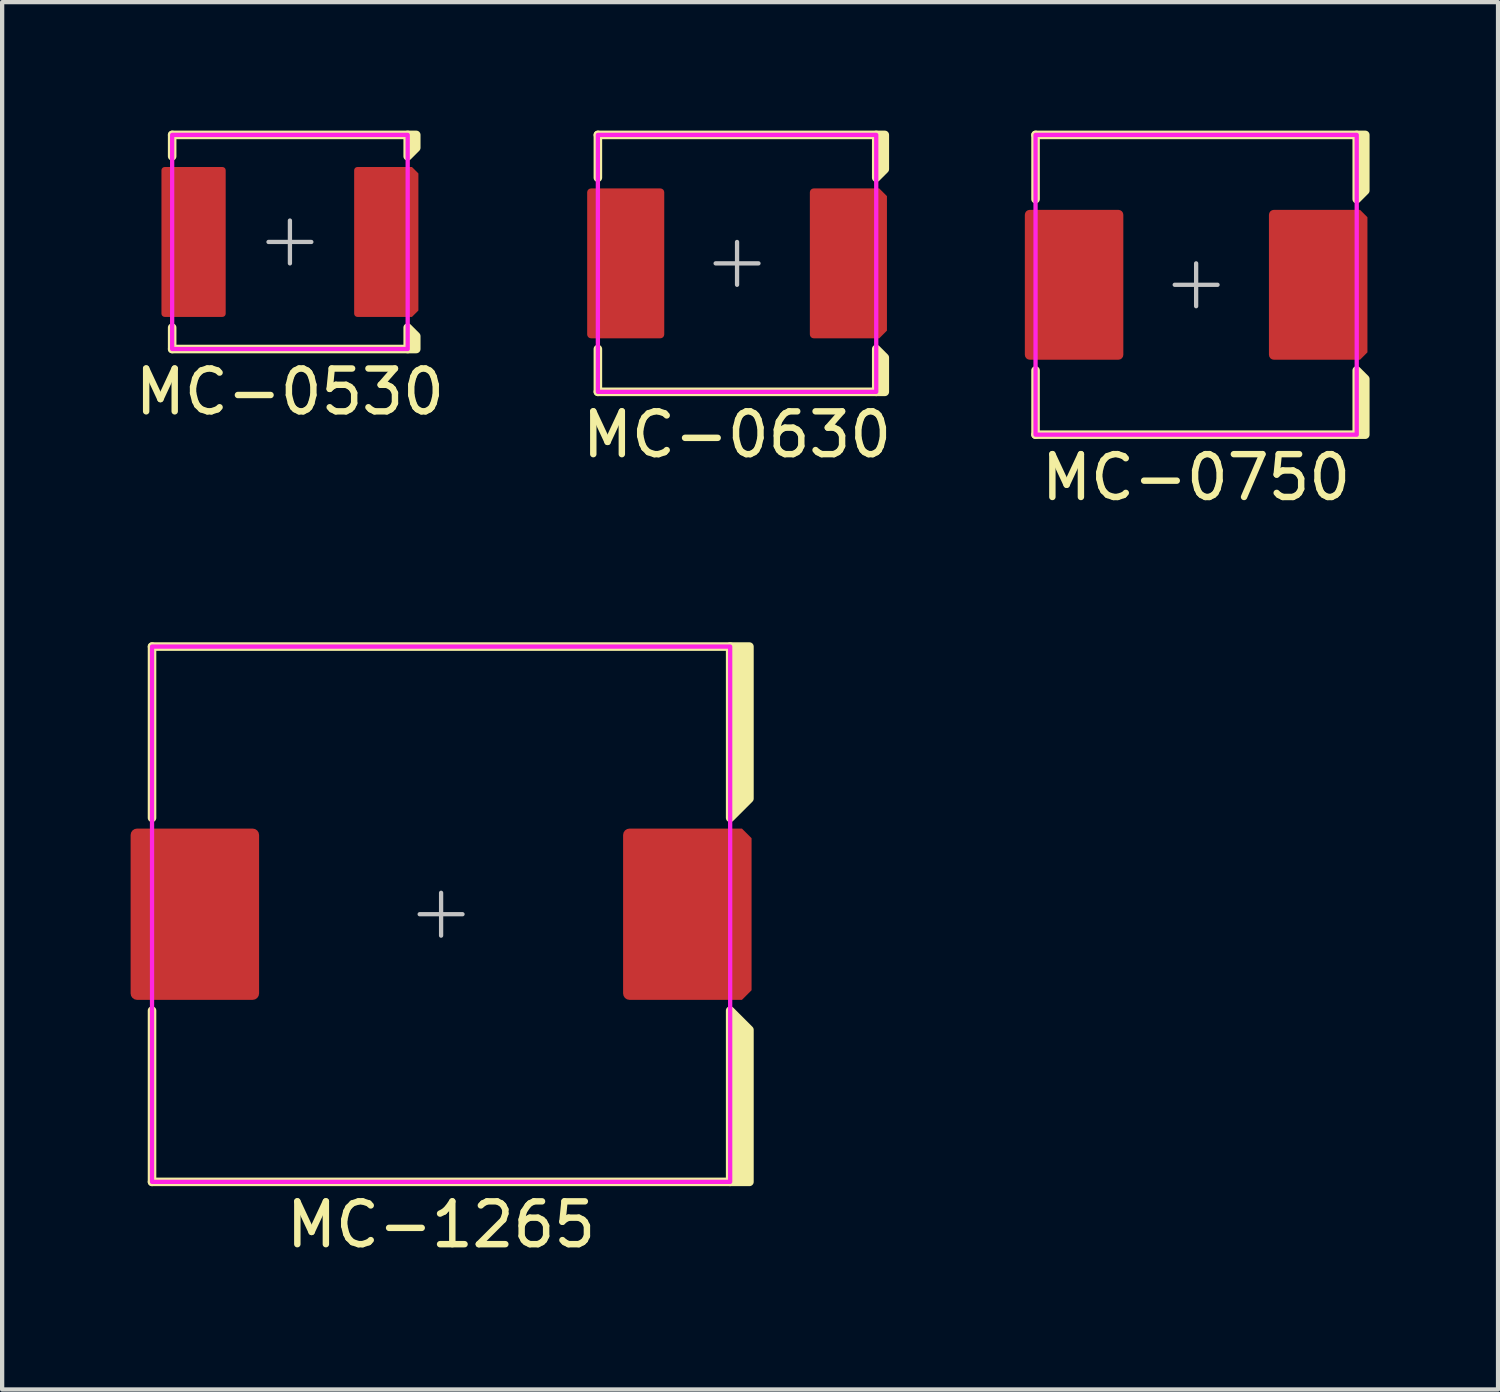
<source format=kicad_pcb>
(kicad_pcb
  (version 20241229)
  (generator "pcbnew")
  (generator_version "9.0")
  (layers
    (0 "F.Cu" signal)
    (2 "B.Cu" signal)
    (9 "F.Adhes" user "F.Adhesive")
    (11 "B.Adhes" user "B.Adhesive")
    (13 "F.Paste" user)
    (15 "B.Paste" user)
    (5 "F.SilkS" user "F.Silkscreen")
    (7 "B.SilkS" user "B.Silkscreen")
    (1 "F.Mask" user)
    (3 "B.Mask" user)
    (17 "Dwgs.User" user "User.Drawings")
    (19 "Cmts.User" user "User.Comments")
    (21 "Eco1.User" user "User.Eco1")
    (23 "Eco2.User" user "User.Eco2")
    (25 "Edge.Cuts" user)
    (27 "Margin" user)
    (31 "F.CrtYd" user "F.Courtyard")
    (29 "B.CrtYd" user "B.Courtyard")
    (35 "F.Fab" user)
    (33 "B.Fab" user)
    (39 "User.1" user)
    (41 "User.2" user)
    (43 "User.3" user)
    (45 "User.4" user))
  (footprint "MC-0750"
    (layer "F.Cu")
    (at 24.881 3.6)
    (property "Reference" "MC-0750" (at 0 4.5 0) (unlocked yes) (layer "F.SilkS") (effects (font (size 1 1) (thickness 0.15))))
    (attr smd)
    (fp_line (start -3.75 -3.5) (end 3.75 -3.5) (stroke (width 0.2) (type solid)) (layer "F.SilkS"))
    (fp_line (start -3.75 -2) (end -3.75 -3.5) (stroke (width 0.2) (type solid)) (layer "F.SilkS"))
    (fp_line (start -3.75 3.5) (end -3.75 2) (stroke (width 0.2) (type solid)) (layer "F.SilkS"))
    (fp_line (start 3.75 3.5) (end -3.75 3.5) (stroke (width 0.2) (type solid)) (layer "F.SilkS"))
    (fp_poly (pts (xy 3.75 -2) (xy 3.95 -2.2) (xy 3.95 -3.5) (xy 3.75 -3.5)) (stroke (width 0.2) (type solid)) (fill yes) (layer "F.SilkS"))
    (fp_poly (pts (xy 3.75 2) (xy 3.95 2.2) (xy 3.95 3.5) (xy 3.75 3.5)) (stroke (width 0.2) (type solid)) (fill yes) (layer "F.SilkS"))
    (fp_poly (pts (xy -3.85 -1.6) (xy -2.95 -1.6) (xy -2.95 -0.1) (xy -3.85 -0.1)) (stroke (width 0) (type solid)) (fill yes) (layer "F.Paste"))
    (fp_poly (pts (xy -3.85 0.1) (xy -2.95 0.1) (xy -2.95 1.6) (xy -3.85 1.6)) (stroke (width 0) (type solid)) (fill yes) (layer "F.Paste"))
    (fp_poly (pts (xy -2.75 -1.6) (xy -1.85 -1.6) (xy -1.85 -0.1) (xy -2.75 -0.1)) (stroke (width 0) (type solid)) (fill yes) (layer "F.Paste"))
    (fp_poly (pts (xy -2.75 0.1) (xy -1.85 0.1) (xy -1.85 1.6) (xy -2.75 1.6)) (stroke (width 0) (type solid)) (fill yes) (layer "F.Paste"))
    (fp_poly (pts (xy 1.85 -1.6) (xy 2.75 -1.6) (xy 2.75 -0.1) (xy 1.85 -0.1)) (stroke (width 0) (type solid)) (fill yes) (layer "F.Paste"))
    (fp_poly (pts (xy 1.85 0.1) (xy 2.75 0.1) (xy 2.75 1.6) (xy 1.85 1.6)) (stroke (width 0) (type solid)) (fill yes) (layer "F.Paste"))
    (fp_poly (pts (xy 2.95 -0.1) (xy 3.85 -0.1) (xy 3.85 -1.5) (xy 3.75 -1.6) (xy 2.95 -1.6)) (stroke (width 0) (type solid)) (fill yes) (layer "F.Paste"))
    (fp_poly (pts (xy 2.95 0.1) (xy 3.85 0.1) (xy 3.85 1.5) (xy 3.75 1.6) (xy 2.95 1.6)) (stroke (width 0) (type solid)) (fill yes) (layer "F.Paste"))
    (fp_line (start 0 0.5) (end 0 -0.5) (stroke (width 0.1) (type solid)) (layer "Dwgs.User"))
    (fp_line (start 0.5 0) (end -0.5 0) (stroke (width 0.1) (type solid)) (layer "Dwgs.User"))
    (fp_poly (pts (xy 3.75 3.5) (xy -3.75 3.5) (xy -3.75 -3.5) (xy 3.75 -3.5)) (stroke (width 0.1) (type solid)) (fill no) (layer "F.CrtYd"))
    (pad "1" smd roundrect (at 2.85 0 180) (size 2.3 3.5) (layers "F.Cu" "F.Mask") (roundrect_rratio 0.05) (chamfer_ratio 0.075) (chamfer top_left bottom_left))
    (pad "2" smd roundrect (at -2.85 0 180) (size 2.3 3.5) (layers "F.Cu" "F.Mask") (roundrect_rratio 0.05)))
  (footprint "MC-0630"
    (layer "F.Cu")
    (at 14.161 3.1)
    (property "Reference" "MC-0630" (at 0 4 0) (unlocked yes) (layer "F.SilkS") (effects (font (size 1 1) (thickness 0.15))))
    (attr smd)
    (fp_line (start -3.25 -3) (end 3.25 -3) (stroke (width 0.2) (type solid)) (layer "F.SilkS"))
    (fp_line (start -3.25 -2) (end -3.25 -3) (stroke (width 0.2) (type solid)) (layer "F.SilkS"))
    (fp_line (start -3.25 3) (end -3.25 2) (stroke (width 0.2) (type solid)) (layer "F.SilkS"))
    (fp_line (start 3.25 3) (end -3.25 3) (stroke (width 0.2) (type solid)) (layer "F.SilkS"))
    (fp_poly (pts (xy 3.25 -2) (xy 3.45 -2.2) (xy 3.45 -3) (xy 3.25 -3)) (stroke (width 0.2) (type solid)) (fill yes) (layer "F.SilkS"))
    (fp_poly (pts (xy 3.25 2) (xy 3.45 2.2) (xy 3.45 3) (xy 3.25 3)) (stroke (width 0.2) (type solid)) (fill yes) (layer "F.SilkS"))
    (fp_poly (pts (xy -1.85 -0.1) (xy -3.35 -0.1) (xy -3.35 -1.6) (xy -1.85 -1.6)) (stroke (width 0) (type solid)) (fill yes) (layer "F.Paste"))
    (fp_poly (pts (xy -1.85 1.6) (xy -3.35 1.6) (xy -3.35 0.1) (xy -1.85 0.1)) (stroke (width 0) (type solid)) (fill yes) (layer "F.Paste"))
    (fp_poly (pts (xy 1.85 -0.1) (xy 3.35 -0.1) (xy 3.35 -1.5) (xy 3.25 -1.6) (xy 1.85 -1.6)) (stroke (width 0) (type solid)) (fill yes) (layer "F.Paste"))
    (fp_poly (pts (xy 1.85 0.1) (xy 3.35 0.1) (xy 3.35 1.5) (xy 3.25 1.6) (xy 1.85 1.6)) (stroke (width 0) (type solid)) (fill yes) (layer "F.Paste"))
    (fp_line (start 0 0.5) (end 0 -0.5) (stroke (width 0.1) (type solid)) (layer "Dwgs.User"))
    (fp_line (start 0.5 0) (end -0.5 0) (stroke (width 0.1) (type solid)) (layer "Dwgs.User"))
    (fp_poly (pts (xy 3.25 3) (xy -3.25 3) (xy -3.25 -3) (xy 3.25 -3)) (stroke (width 0.1) (type solid)) (fill no) (layer "F.CrtYd"))
    (pad "1" smd roundrect (at 2.6 0 180) (size 1.8 3.5) (layers "F.Cu" "F.Mask") (roundrect_rratio 0.05) (chamfer_ratio 0.1) (chamfer top_left bottom_left))
    (pad "2" smd roundrect (at -2.6 0 180) (size 1.8 3.5) (layers "F.Cu" "F.Mask") (roundrect_rratio 0.05)))
  (footprint "MC-1265"
    (layer "F.Cu")
    (at 7.25 18.298)
    (property "Reference" "MC-1265" (at 0 7.25 0) (unlocked yes) (layer "F.SilkS") (effects (font (size 1 1) (thickness 0.15))))
    (attr smd)
    (fp_line (start -6.75 -6.25) (end 6.75 -6.25) (stroke (width 0.2) (type solid)) (layer "F.SilkS"))
    (fp_line (start -6.75 -2.25) (end -6.75 -6.25) (stroke (width 0.2) (type solid)) (layer "F.SilkS"))
    (fp_line (start -6.75 6.25) (end -6.75 2.25) (stroke (width 0.2) (type solid)) (layer "F.SilkS"))
    (fp_line (start 6.75 6.25) (end -6.75 6.25) (stroke (width 0.2) (type solid)) (layer "F.SilkS"))
    (fp_poly (pts (xy 6.75 -2.25) (xy 7.2 -2.7) (xy 7.2 -6.25) (xy 6.75 -6.25)) (stroke (width 0.2) (type solid)) (fill yes) (layer "F.SilkS"))
    (fp_poly (pts (xy 6.75 2.25) (xy 7.2 2.7) (xy 7.2 6.25) (xy 6.75 6.25)) (stroke (width 0.2) (type solid)) (fill yes) (layer "F.SilkS"))
    (fp_poly (pts (xy -7.1 -1.85) (xy -5.85 -1.85) (xy -5.85 -0.1) (xy -7.1 -0.1)) (stroke (width 0) (type solid)) (fill yes) (layer "F.Paste"))
    (fp_poly (pts (xy -7.1 0.1) (xy -5.85 0.1) (xy -5.85 1.85) (xy -7.1 1.85)) (stroke (width 0) (type solid)) (fill yes) (layer "F.Paste"))
    (fp_poly (pts (xy -5.65 -1.85) (xy -4.4 -1.85) (xy -4.4 -0.1) (xy -5.65 -0.1)) (stroke (width 0) (type solid)) (fill yes) (layer "F.Paste"))
    (fp_poly (pts (xy -5.65 0.1) (xy -4.4 0.1) (xy -4.4 1.85) (xy -5.65 1.85)) (stroke (width 0) (type solid)) (fill yes) (layer "F.Paste"))
    (fp_poly (pts (xy 4.4 -1.85) (xy 5.7 -1.85) (xy 5.7 -0.1) (xy 4.4 -0.1)) (stroke (width 0) (type solid)) (fill yes) (layer "F.Paste"))
    (fp_poly (pts (xy 4.4 0.1) (xy 5.7 0.1) (xy 5.7 1.85) (xy 4.4 1.85)) (stroke (width 0) (type solid)) (fill yes) (layer "F.Paste"))
    (fp_poly (pts (xy 5.9 -0.1) (xy 7.1 -0.1) (xy 7.1 -1.75) (xy 7 -1.85) (xy 5.9 -1.85)) (stroke (width 0) (type solid)) (fill yes) (layer "F.Paste"))
    (fp_poly (pts (xy 5.9 0.1) (xy 7.1 0.1) (xy 7.1 1.75) (xy 7 1.85) (xy 5.9 1.85)) (stroke (width 0) (type solid)) (fill yes) (layer "F.Paste"))
    (fp_line (start 0 0.5) (end 0 -0.5) (stroke (width 0.1) (type solid)) (layer "Dwgs.User"))
    (fp_line (start 0.5 0) (end -0.5 0) (stroke (width 0.1) (type solid)) (layer "Dwgs.User"))
    (fp_poly (pts (xy 6.75 6.25) (xy -6.75 6.25) (xy -6.75 -6.25) (xy 6.75 -6.25)) (stroke (width 0.1) (type solid)) (fill no) (layer "F.CrtYd"))
    (pad "1" smd roundrect (at 5.75 0 180) (size 3 4) (layers "F.Cu" "F.Mask") (roundrect_rratio 0.05) (chamfer_ratio 0.075) (chamfer top_left bottom_left))
    (pad "2" smd roundrect (at -5.75 0 180) (size 3 4) (layers "F.Cu" "F.Mask") (roundrect_rratio 0.05)))
  (footprint "MC-0530"
    (layer "F.Cu")
    (at 3.72 2.6)
    (property "Reference" "MC-0530" (at 0 3.5 0) (unlocked yes) (layer "F.SilkS") (effects (font (size 1 1) (thickness 0.15))))
    (attr smd)
    (fp_line (start -2.75 -2.5) (end 2.75 -2.5) (stroke (width 0.2) (type solid)) (layer "F.SilkS"))
    (fp_line (start -2.75 -2) (end -2.75 -2.5) (stroke (width 0.2) (type solid)) (layer "F.SilkS"))
    (fp_line (start -2.75 2.5) (end -2.75 2) (stroke (width 0.2) (type solid)) (layer "F.SilkS"))
    (fp_line (start 2.75 2.5) (end -2.75 2.5) (stroke (width 0.2) (type solid)) (layer "F.SilkS"))
    (fp_poly (pts (xy 2.75 -2) (xy 2.95 -2.2) (xy 2.95 -2.5) (xy 2.75 -2.5)) (stroke (width 0.2) (type solid)) (fill yes) (layer "F.SilkS"))
    (fp_poly (pts (xy 2.75 2) (xy 2.95 2.2) (xy 2.95 2.5) (xy 2.75 2.5)) (stroke (width 0.2) (type solid)) (fill yes) (layer "F.SilkS"))
    (fp_poly (pts (xy -1.65 -1.3) (xy -2.85 -1.3) (xy -2.85 -1.6) (xy -1.65 -1.6)) (stroke (width 0) (type solid)) (fill yes) (layer "F.Paste"))
    (fp_poly (pts (xy -1.65 -0.1) (xy -2.85 -0.1) (xy -2.85 -1.1) (xy -1.65 -1.1)) (stroke (width 0) (type solid)) (fill yes) (layer "F.Paste"))
    (fp_poly (pts (xy -1.65 1.1) (xy -2.85 1.1) (xy -2.85 0.1) (xy -1.65 0.1)) (stroke (width 0) (type solid)) (fill yes) (layer "F.Paste"))
    (fp_poly (pts (xy -1.65 1.6) (xy -2.85 1.6) (xy -2.85 1.3) (xy -1.65 1.3)) (stroke (width 0) (type solid)) (fill yes) (layer "F.Paste"))
    (fp_poly (pts (xy 2.85 -0.1) (xy 1.65 -0.1) (xy 1.65 -1.1) (xy 2.85 -1.1)) (stroke (width 0) (type solid)) (fill yes) (layer "F.Paste"))
    (fp_poly (pts (xy 2.85 1.1) (xy 1.65 1.1) (xy 1.65 0.1) (xy 2.85 0.1)) (stroke (width 0) (type solid)) (fill yes) (layer "F.Paste"))
    (fp_poly (pts (xy 1.65 -1.3) (xy 2.85 -1.3) (xy 2.85 -1.5) (xy 2.75 -1.6) (xy 1.65 -1.6)) (stroke (width 0) (type solid)) (fill yes) (layer "F.Paste"))
    (fp_poly (pts (xy 1.65 1.3) (xy 2.85 1.3) (xy 2.85 1.5) (xy 2.75 1.6) (xy 1.65 1.6)) (stroke (width 0) (type solid)) (fill yes) (layer "F.Paste"))
    (fp_line (start 0 0.5) (end 0 -0.5) (stroke (width 0.1) (type solid)) (layer "Dwgs.User"))
    (fp_line (start 0.5 0) (end -0.5 0) (stroke (width 0.1) (type solid)) (layer "Dwgs.User"))
    (fp_poly (pts (xy 2.75 2.5) (xy -2.75 2.5) (xy -2.75 -2.5) (xy 2.75 -2.5)) (stroke (width 0.1) (type solid)) (fill no) (layer "F.CrtYd"))
    (pad "1" smd roundrect (at 2.25 0 180) (size 1.5 3.5) (layers "F.Cu" "F.Mask") (roundrect_rratio 0.05) (chamfer_ratio 0.1) (chamfer top_left bottom_left))
    (pad "2" smd roundrect (at -2.25 0 180) (size 1.5 3.5) (layers "F.Cu" "F.Mask") (roundrect_rratio 0.05)))
  (gr_rect
    (start -3 -3)
    (end 31.931 29.396)
    (stroke (width 0.1) (type default))
    (fill no)
    (layer "Edge.Cuts")))
</source>
